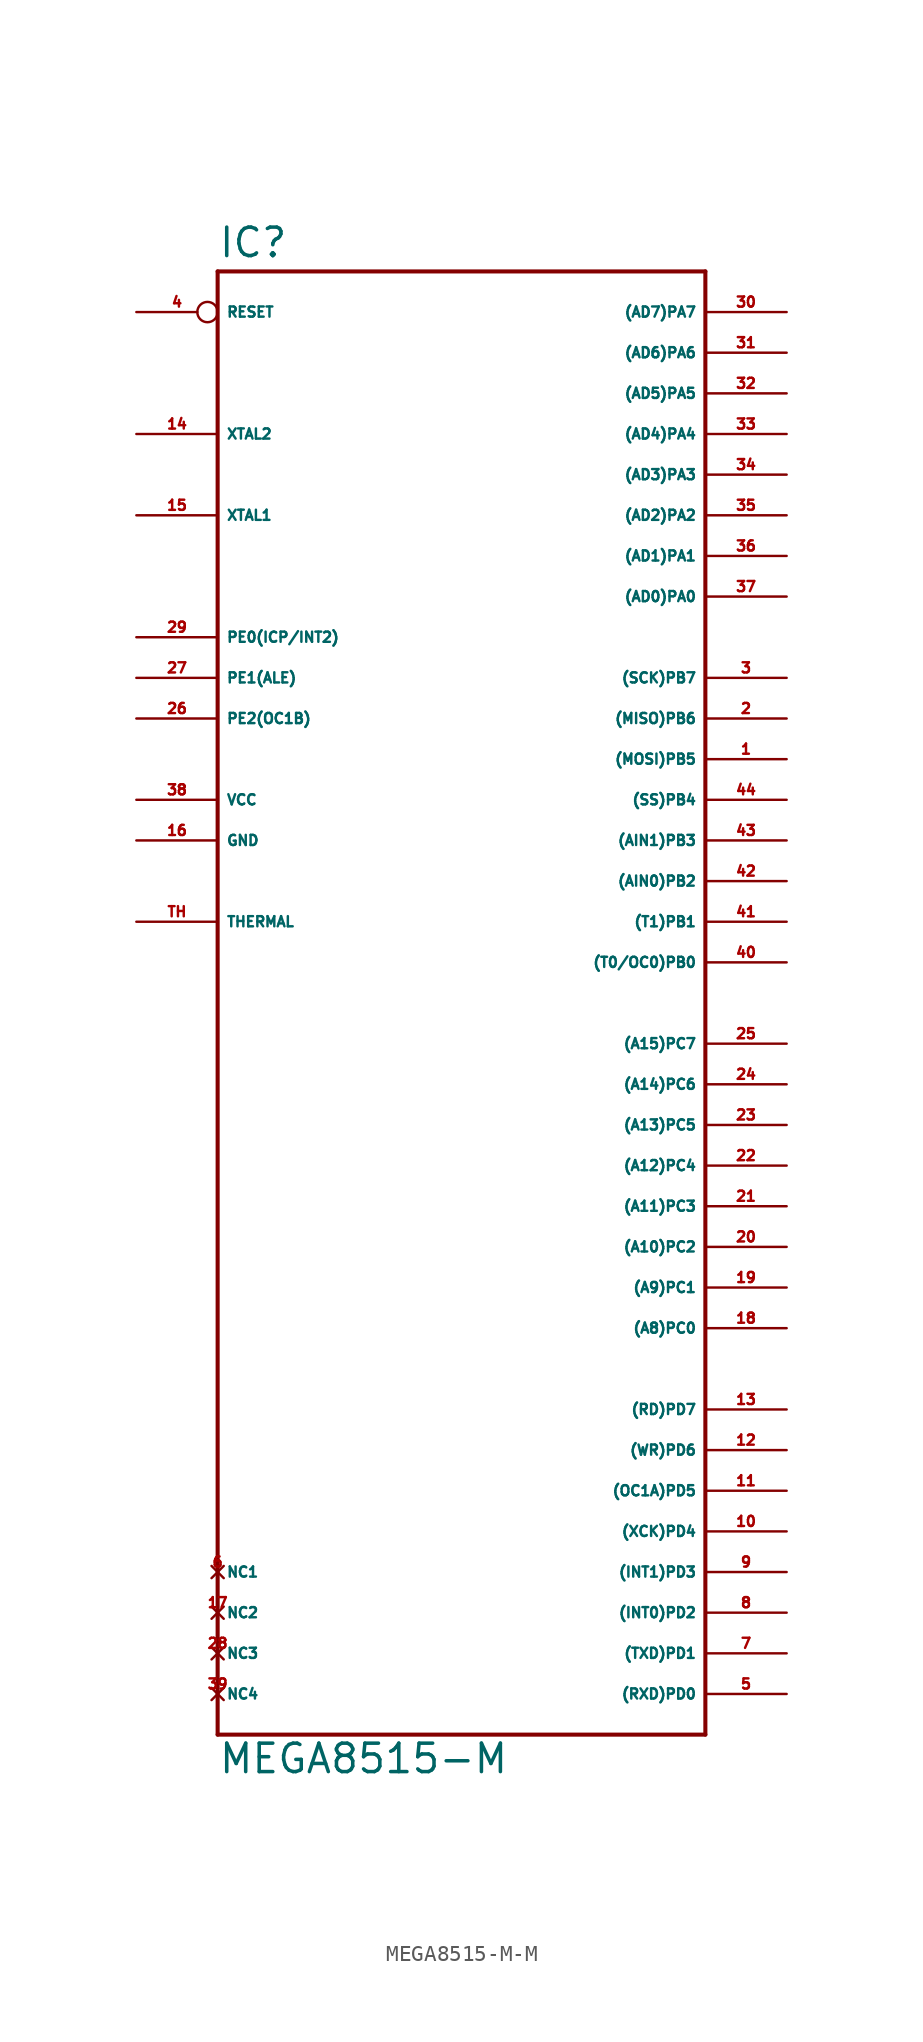
<source format=kicad_sym>
(kicad_symbol_lib
  (version 20220914)
  (generator Eagle2Kicad)
  (symbol "MEGA8515-M-M"
    (property "Reference" "IC"
      (at -15.24 41.402 0)
      (effects (font (size 1.778 1.778) (thickness 0.22)) (justify left bottom)))
    (property "Value" "MEGA8515-M"
      (at -15.24 -53.34 0)
      (effects (font (size 1.778 1.778) (thickness 0.22)) (justify left bottom)))
    (polyline
      (pts (xy -15.24 40.64) (xy 15.24 40.64))
      (stroke (width 0.254) (type default))
      (fill (type none)))
    (polyline
      (pts (xy 15.24 40.64) (xy 15.24 -50.8))
      (stroke (width 0.254) (type default))
      (fill (type none)))
    (polyline
      (pts (xy 15.24 -50.8) (xy -15.24 -50.8))
      (stroke (width 0.254) (type default))
      (fill (type none)))
    (polyline
      (pts (xy -15.24 -50.8) (xy -15.24 40.64))
      (stroke (width 0.254) (type default))
      (fill (type none)))
    (pin bidirectional line
      (at 20.32 38.1 180)
      (length 5.08)
      (name "(AD7)PA7" (effects (font (size 0.635 0.635) (thickness 0.08)) (justify left bottom)))
      (number "30" (effects (font (size 0.635 0.635) (thickness 0.08)) (justify left bottom))))
    (pin bidirectional line
      (at 20.32 35.56 180)
      (length 5.08)
      (name "(AD6)PA6" (effects (font (size 0.635 0.635) (thickness 0.08)) (justify left bottom)))
      (number "31" (effects (font (size 0.635 0.635) (thickness 0.08)) (justify left bottom))))
    (pin bidirectional line
      (at 20.32 33.02 180)
      (length 5.08)
      (name "(AD5)PA5" (effects (font (size 0.635 0.635) (thickness 0.08)) (justify left bottom)))
      (number "32" (effects (font (size 0.635 0.635) (thickness 0.08)) (justify left bottom))))
    (pin bidirectional line
      (at 20.32 30.48 180)
      (length 5.08)
      (name "(AD4)PA4" (effects (font (size 0.635 0.635) (thickness 0.08)) (justify left bottom)))
      (number "33" (effects (font (size 0.635 0.635) (thickness 0.08)) (justify left bottom))))
    (pin bidirectional line
      (at 20.32 27.94 180)
      (length 5.08)
      (name "(AD3)PA3" (effects (font (size 0.635 0.635) (thickness 0.08)) (justify left bottom)))
      (number "34" (effects (font (size 0.635 0.635) (thickness 0.08)) (justify left bottom))))
    (pin bidirectional line
      (at 20.32 25.4 180)
      (length 5.08)
      (name "(AD2)PA2" (effects (font (size 0.635 0.635) (thickness 0.08)) (justify left bottom)))
      (number "35" (effects (font (size 0.635 0.635) (thickness 0.08)) (justify left bottom))))
    (pin bidirectional line
      (at 20.32 22.86 180)
      (length 5.08)
      (name "(AD1)PA1" (effects (font (size 0.635 0.635) (thickness 0.08)) (justify left bottom)))
      (number "36" (effects (font (size 0.635 0.635) (thickness 0.08)) (justify left bottom))))
    (pin bidirectional line
      (at 20.32 20.32 180)
      (length 5.08)
      (name "(AD0)PA0" (effects (font (size 0.635 0.635) (thickness 0.08)) (justify left bottom)))
      (number "37" (effects (font (size 0.635 0.635) (thickness 0.08)) (justify left bottom))))
    (pin bidirectional line
      (at 20.32 15.24 180)
      (length 5.08)
      (name "(SCK)PB7" (effects (font (size 0.635 0.635) (thickness 0.08)) (justify left bottom)))
      (number "3" (effects (font (size 0.635 0.635) (thickness 0.08)) (justify left bottom))))
    (pin bidirectional line
      (at 20.32 12.7 180)
      (length 5.08)
      (name "(MISO)PB6" (effects (font (size 0.635 0.635) (thickness 0.08)) (justify left bottom)))
      (number "2" (effects (font (size 0.635 0.635) (thickness 0.08)) (justify left bottom))))
    (pin bidirectional line
      (at 20.32 10.16 180)
      (length 5.08)
      (name "(MOSI)PB5" (effects (font (size 0.635 0.635) (thickness 0.08)) (justify left bottom)))
      (number "1" (effects (font (size 0.635 0.635) (thickness 0.08)) (justify left bottom))))
    (pin bidirectional line
      (at 20.32 7.62 180)
      (length 5.08)
      (name "(SS)PB4" (effects (font (size 0.635 0.635) (thickness 0.08)) (justify left bottom)))
      (number "44" (effects (font (size 0.635 0.635) (thickness 0.08)) (justify left bottom))))
    (pin bidirectional line
      (at 20.32 5.08 180)
      (length 5.08)
      (name "(AIN1)PB3" (effects (font (size 0.635 0.635) (thickness 0.08)) (justify left bottom)))
      (number "43" (effects (font (size 0.635 0.635) (thickness 0.08)) (justify left bottom))))
    (pin bidirectional line
      (at 20.32 2.54 180)
      (length 5.08)
      (name "(AIN0)PB2" (effects (font (size 0.635 0.635) (thickness 0.08)) (justify left bottom)))
      (number "42" (effects (font (size 0.635 0.635) (thickness 0.08)) (justify left bottom))))
    (pin bidirectional line
      (at 20.32 0 180)
      (length 5.08)
      (name "(T1)PB1" (effects (font (size 0.635 0.635) (thickness 0.08)) (justify left bottom)))
      (number "41" (effects (font (size 0.635 0.635) (thickness 0.08)) (justify left bottom))))
    (pin bidirectional line
      (at 20.32 -2.54 180)
      (length 5.08)
      (name "(T0/OC0)PB0" (effects (font (size 0.635 0.635) (thickness 0.08)) (justify left bottom)))
      (number "40" (effects (font (size 0.635 0.635) (thickness 0.08)) (justify left bottom))))
    (pin bidirectional line
      (at 20.32 -7.62 180)
      (length 5.08)
      (name "(A15)PC7" (effects (font (size 0.635 0.635) (thickness 0.08)) (justify left bottom)))
      (number "25" (effects (font (size 0.635 0.635) (thickness 0.08)) (justify left bottom))))
    (pin bidirectional line
      (at 20.32 -10.16 180)
      (length 5.08)
      (name "(A14)PC6" (effects (font (size 0.635 0.635) (thickness 0.08)) (justify left bottom)))
      (number "24" (effects (font (size 0.635 0.635) (thickness 0.08)) (justify left bottom))))
    (pin bidirectional line
      (at 20.32 -12.7 180)
      (length 5.08)
      (name "(A13)PC5" (effects (font (size 0.635 0.635) (thickness 0.08)) (justify left bottom)))
      (number "23" (effects (font (size 0.635 0.635) (thickness 0.08)) (justify left bottom))))
    (pin bidirectional line
      (at 20.32 -15.24 180)
      (length 5.08)
      (name "(A12)PC4" (effects (font (size 0.635 0.635) (thickness 0.08)) (justify left bottom)))
      (number "22" (effects (font (size 0.635 0.635) (thickness 0.08)) (justify left bottom))))
    (pin bidirectional line
      (at 20.32 -17.78 180)
      (length 5.08)
      (name "(A11)PC3" (effects (font (size 0.635 0.635) (thickness 0.08)) (justify left bottom)))
      (number "21" (effects (font (size 0.635 0.635) (thickness 0.08)) (justify left bottom))))
    (pin bidirectional line
      (at 20.32 -20.32 180)
      (length 5.08)
      (name "(A10)PC2" (effects (font (size 0.635 0.635) (thickness 0.08)) (justify left bottom)))
      (number "20" (effects (font (size 0.635 0.635) (thickness 0.08)) (justify left bottom))))
    (pin bidirectional line
      (at 20.32 -22.86 180)
      (length 5.08)
      (name "(A9)PC1" (effects (font (size 0.635 0.635) (thickness 0.08)) (justify left bottom)))
      (number "19" (effects (font (size 0.635 0.635) (thickness 0.08)) (justify left bottom))))
    (pin bidirectional line
      (at 20.32 -25.4 180)
      (length 5.08)
      (name "(A8)PC0" (effects (font (size 0.635 0.635) (thickness 0.08)) (justify left bottom)))
      (number "18" (effects (font (size 0.635 0.635) (thickness 0.08)) (justify left bottom))))
    (pin bidirectional line
      (at -20.32 12.7 0)
      (length 5.08)
      (name "PE2(OC1B)" (effects (font (size 0.635 0.635) (thickness 0.08)) (justify left bottom)))
      (number "26" (effects (font (size 0.635 0.635) (thickness 0.08)) (justify left bottom))))
    (pin bidirectional line
      (at -20.32 15.24 0)
      (length 5.08)
      (name "PE1(ALE)" (effects (font (size 0.635 0.635) (thickness 0.08)) (justify left bottom)))
      (number "27" (effects (font (size 0.635 0.635) (thickness 0.08)) (justify left bottom))))
    (pin bidirectional line
      (at -20.32 17.78 0)
      (length 5.08)
      (name "PE0(ICP/INT2)" (effects (font (size 0.635 0.635) (thickness 0.08)) (justify left bottom)))
      (number "29" (effects (font (size 0.635 0.635) (thickness 0.08)) (justify left bottom))))
    (pin bidirectional line
      (at -20.32 25.4 0)
      (length 5.08)
      (name "XTAL1" (effects (font (size 0.635 0.635) (thickness 0.08)) (justify left bottom)))
      (number "15" (effects (font (size 0.635 0.635) (thickness 0.08)) (justify left bottom))))
    (pin bidirectional line
      (at -20.32 30.48 0)
      (length 5.08)
      (name "XTAL2" (effects (font (size 0.635 0.635) (thickness 0.08)) (justify left bottom)))
      (number "14" (effects (font (size 0.635 0.635) (thickness 0.08)) (justify left bottom))))
    (pin unspecified line
      (at -20.32 7.62 0)
      (length 5.08)
      (name "VCC" (effects (font (size 0.635 0.635) (thickness 0.08)) (justify left bottom)))
      (number "38" (effects (font (size 0.635 0.635) (thickness 0.08)) (justify left bottom))))
    (pin unspecified line
      (at -20.32 5.08 0)
      (length 5.08)
      (name "GND" (effects (font (size 0.635 0.635) (thickness 0.08)) (justify left bottom)))
      (number "16" (effects (font (size 0.635 0.635) (thickness 0.08)) (justify left bottom))))
    (pin input inverted
      (at -20.32 38.1 0)
      (length 5.08)
      (name "RESET" (effects (font (size 0.635 0.635) (thickness 0.08)) (justify left bottom)))
      (number "4" (effects (font (size 0.635 0.635) (thickness 0.08)) (justify left bottom))))
    (pin bidirectional line
      (at 20.32 -48.26 180)
      (length 5.08)
      (name "(RXD)PD0" (effects (font (size 0.635 0.635) (thickness 0.08)) (justify left bottom)))
      (number "5" (effects (font (size 0.635 0.635) (thickness 0.08)) (justify left bottom))))
    (pin bidirectional line
      (at 20.32 -45.72 180)
      (length 5.08)
      (name "(TXD)PD1" (effects (font (size 0.635 0.635) (thickness 0.08)) (justify left bottom)))
      (number "7" (effects (font (size 0.635 0.635) (thickness 0.08)) (justify left bottom))))
    (pin bidirectional line
      (at 20.32 -43.18 180)
      (length 5.08)
      (name "(INT0)PD2" (effects (font (size 0.635 0.635) (thickness 0.08)) (justify left bottom)))
      (number "8" (effects (font (size 0.635 0.635) (thickness 0.08)) (justify left bottom))))
    (pin bidirectional line
      (at 20.32 -40.64 180)
      (length 5.08)
      (name "(INT1)PD3" (effects (font (size 0.635 0.635) (thickness 0.08)) (justify left bottom)))
      (number "9" (effects (font (size 0.635 0.635) (thickness 0.08)) (justify left bottom))))
    (pin bidirectional line
      (at 20.32 -38.1 180)
      (length 5.08)
      (name "(XCK)PD4" (effects (font (size 0.635 0.635) (thickness 0.08)) (justify left bottom)))
      (number "10" (effects (font (size 0.635 0.635) (thickness 0.08)) (justify left bottom))))
    (pin bidirectional line
      (at 20.32 -35.56 180)
      (length 5.08)
      (name "(OC1A)PD5" (effects (font (size 0.635 0.635) (thickness 0.08)) (justify left bottom)))
      (number "11" (effects (font (size 0.635 0.635) (thickness 0.08)) (justify left bottom))))
    (pin bidirectional line
      (at 20.32 -33.02 180)
      (length 5.08)
      (name "(WR)PD6" (effects (font (size 0.635 0.635) (thickness 0.08)) (justify left bottom)))
      (number "12" (effects (font (size 0.635 0.635) (thickness 0.08)) (justify left bottom))))
    (pin bidirectional line
      (at 20.32 -30.48 180)
      (length 5.08)
      (name "(RD)PD7" (effects (font (size 0.635 0.635) (thickness 0.08)) (justify left bottom)))
      (number "13" (effects (font (size 0.635 0.635) (thickness 0.08)) (justify left bottom))))
    (pin no_connect line
      (at -15.24 -40.64 0)
      (length 0)
      (name "NC1" (effects (font (size 0.635 0.635) (thickness 0.08)) (justify left bottom) hide))
      (number "6" (effects (font (size 0.635 0.635) (thickness 0.08)) (justify left bottom) hide)))
    (pin no_connect line
      (at -15.24 -43.18 0)
      (length 0)
      (name "NC2" (effects (font (size 0.635 0.635) (thickness 0.08)) (justify left bottom) hide))
      (number "17" (effects (font (size 0.635 0.635) (thickness 0.08)) (justify left bottom) hide)))
    (pin no_connect line
      (at -15.24 -45.72 0)
      (length 0)
      (name "NC3" (effects (font (size 0.635 0.635) (thickness 0.08)) (justify left bottom) hide))
      (number "28" (effects (font (size 0.635 0.635) (thickness 0.08)) (justify left bottom) hide)))
    (pin no_connect line
      (at -15.24 -48.26 0)
      (length 0)
      (name "NC4" (effects (font (size 0.635 0.635) (thickness 0.08)) (justify left bottom) hide))
      (number "39" (effects (font (size 0.635 0.635) (thickness 0.08)) (justify left bottom) hide)))
    (pin input line
      (at -20.32 0 0)
      (length 5.08)
      (name "THERMAL" (effects (font (size 0.635 0.635) (thickness 0.08)) (justify left bottom)))
      (number "TH" (effects (font (size 0.635 0.635) (thickness 0.08)) (justify left bottom))))))
</source>
